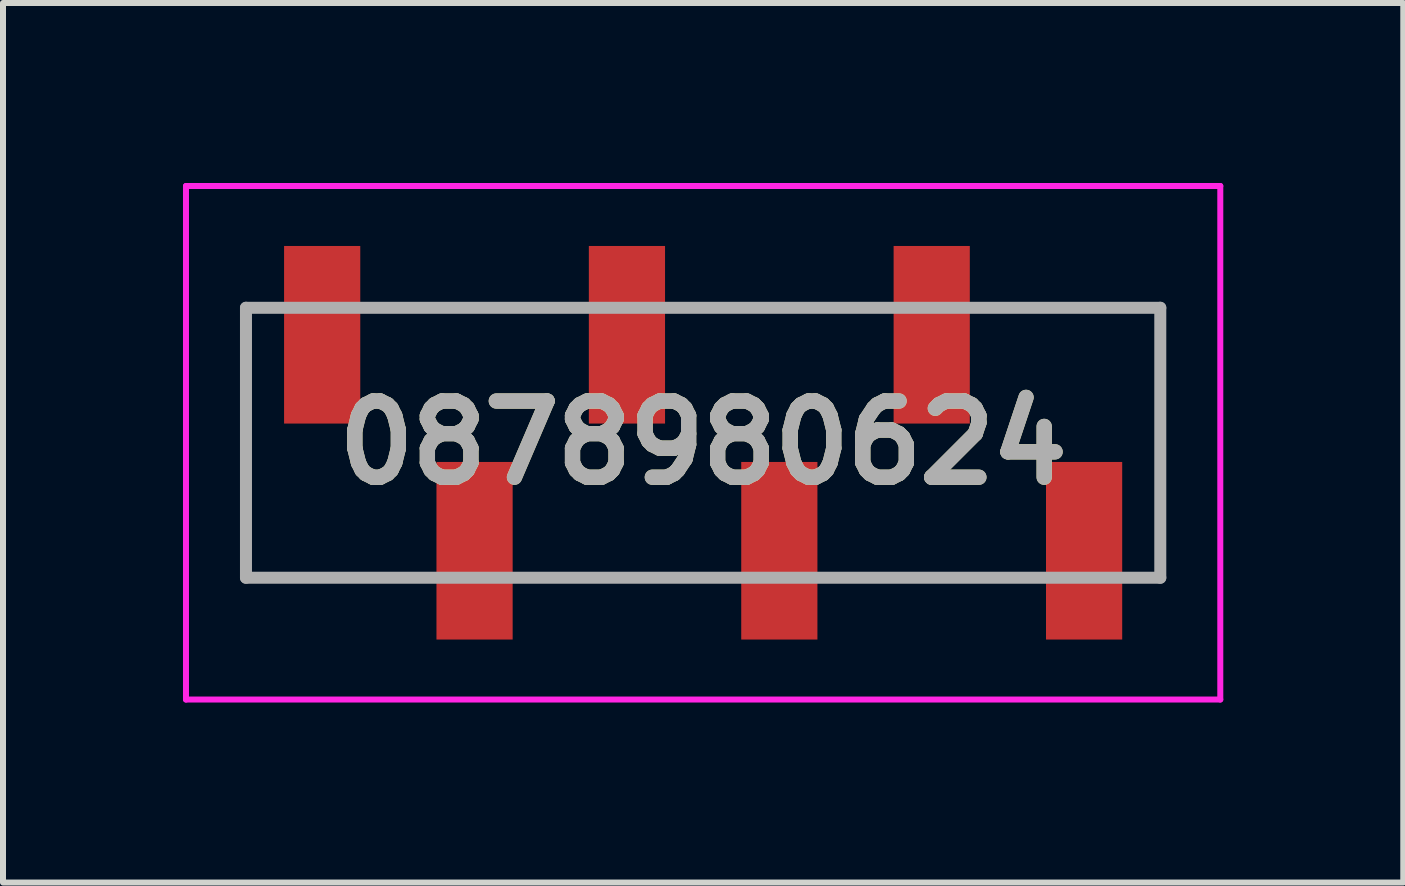
<source format=kicad_pcb>
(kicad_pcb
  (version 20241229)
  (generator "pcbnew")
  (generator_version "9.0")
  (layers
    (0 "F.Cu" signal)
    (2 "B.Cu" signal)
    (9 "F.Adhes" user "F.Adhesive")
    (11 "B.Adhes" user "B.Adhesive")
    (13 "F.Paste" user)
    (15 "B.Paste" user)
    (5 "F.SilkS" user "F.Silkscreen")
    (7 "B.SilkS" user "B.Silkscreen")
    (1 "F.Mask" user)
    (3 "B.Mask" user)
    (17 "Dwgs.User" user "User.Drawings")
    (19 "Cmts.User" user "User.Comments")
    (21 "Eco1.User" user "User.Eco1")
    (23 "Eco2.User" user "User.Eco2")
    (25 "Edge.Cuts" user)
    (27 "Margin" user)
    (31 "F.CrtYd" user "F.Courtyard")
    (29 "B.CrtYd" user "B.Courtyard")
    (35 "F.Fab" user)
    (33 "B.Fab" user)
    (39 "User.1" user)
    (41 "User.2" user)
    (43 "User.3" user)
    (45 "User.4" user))
  (footprint "0878980624"
    (layer "F.Cu")
    (at 8.67 4.33)
    (property "Reference" "0878980624" (at 0 0 0) (layer "F.SilkS") (effects (font (size 1.27 1.27) (thickness 0.254))))
    (attr smd)
    (fp_line (start -7.62 -2.25) (end -7.62 2.25) (stroke (width 0.1) (type solid)) (layer "F.SilkS"))
    (fp_line (start -7.62 2.25) (end -5 2.25) (stroke (width 0.1) (type solid)) (layer "F.SilkS"))
    (fp_line (start -5 -2.25) (end -2.5 -2.25) (stroke (width 0.1) (type solid)) (layer "F.SilkS"))
    (fp_line (start -2.5 2.25) (end 0 2.25) (stroke (width 0.1) (type solid)) (layer "F.SilkS"))
    (fp_line (start 0 -2.25) (end 2.5 -2.25) (stroke (width 0.1) (type solid)) (layer "F.SilkS"))
    (fp_line (start 2.5 2.25) (end 5 2.25) (stroke (width 0.1) (type solid)) (layer "F.SilkS"))
    (fp_line (start 5 -2.25) (end 7.62 -2.25) (stroke (width 0.1) (type solid)) (layer "F.SilkS"))
    (fp_line (start 7.62 -2.25) (end 7.62 2.25) (stroke (width 0.1) (type solid)) (layer "F.SilkS"))
    (fp_line (start -8.62 -4.28) (end 8.62 -4.28) (stroke (width 0.1) (type solid)) (layer "F.CrtYd"))
    (fp_line (start -8.62 4.28) (end -8.62 -4.28) (stroke (width 0.1) (type solid)) (layer "F.CrtYd"))
    (fp_line (start 8.62 -4.28) (end 8.62 4.28) (stroke (width 0.1) (type solid)) (layer "F.CrtYd"))
    (fp_line (start 8.62 4.28) (end -8.62 4.28) (stroke (width 0.1) (type solid)) (layer "F.CrtYd"))
    (fp_line (start -7.62 -2.25) (end 7.62 -2.25) (stroke (width 0.2) (type solid)) (layer "F.Fab"))
    (fp_line (start -7.62 2.25) (end -7.62 -2.25) (stroke (width 0.2) (type solid)) (layer "F.Fab"))
    (fp_line (start 7.62 -2.25) (end 7.62 2.25) (stroke (width 0.2) (type solid)) (layer "F.Fab"))
    (fp_line (start 7.62 2.25) (end -7.62 2.25) (stroke (width 0.2) (type solid)) (layer "F.Fab"))
    (fp_text user "${REFERENCE}" (at 0 0 0) (layer "F.Fab") (effects (font (size 1.27 1.27) (thickness 0.254))))
    (pad "1" smd rect (at -6.35 -1.8) (size 1.27 2.96) (layers "F.Cu" "F.Mask" "F.Paste"))
    (pad "2" smd rect (at -3.81 1.8) (size 1.27 2.96) (layers "F.Cu" "F.Mask" "F.Paste"))
    (pad "3" smd rect (at -1.27 -1.8) (size 1.27 2.96) (layers "F.Cu" "F.Mask" "F.Paste"))
    (pad "4" smd rect (at 1.27 1.8) (size 1.27 2.96) (layers "F.Cu" "F.Mask" "F.Paste"))
    (pad "5" smd rect (at 3.81 -1.8) (size 1.27 2.96) (layers "F.Cu" "F.Mask" "F.Paste"))
    (pad "6" smd rect (at 6.35 1.8) (size 1.27 2.96) (layers "F.Cu" "F.Mask" "F.Paste")))
  (gr_rect
    (start -3 -3)
    (end 20.34 11.66)
    (stroke (width 0.1) (type default))
    (fill no)
    (layer "Edge.Cuts")))
</source>
